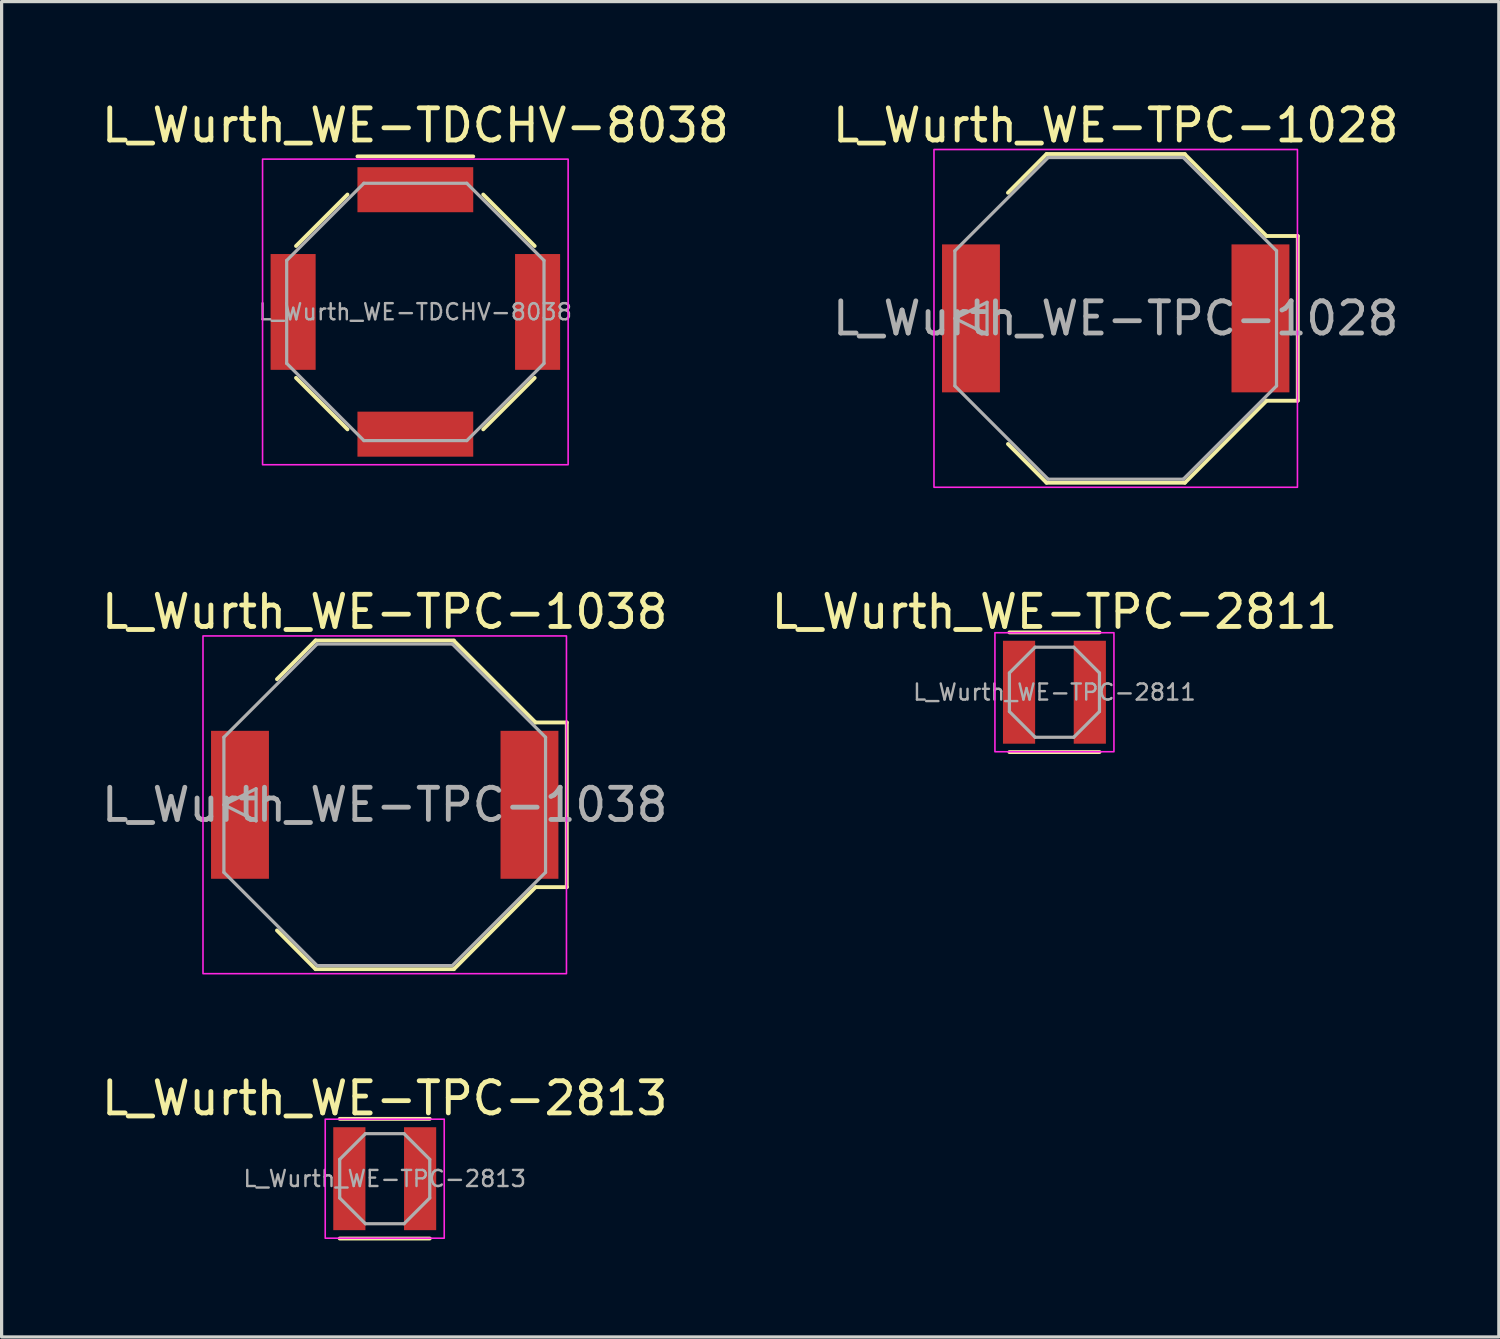
<source format=kicad_pcb>
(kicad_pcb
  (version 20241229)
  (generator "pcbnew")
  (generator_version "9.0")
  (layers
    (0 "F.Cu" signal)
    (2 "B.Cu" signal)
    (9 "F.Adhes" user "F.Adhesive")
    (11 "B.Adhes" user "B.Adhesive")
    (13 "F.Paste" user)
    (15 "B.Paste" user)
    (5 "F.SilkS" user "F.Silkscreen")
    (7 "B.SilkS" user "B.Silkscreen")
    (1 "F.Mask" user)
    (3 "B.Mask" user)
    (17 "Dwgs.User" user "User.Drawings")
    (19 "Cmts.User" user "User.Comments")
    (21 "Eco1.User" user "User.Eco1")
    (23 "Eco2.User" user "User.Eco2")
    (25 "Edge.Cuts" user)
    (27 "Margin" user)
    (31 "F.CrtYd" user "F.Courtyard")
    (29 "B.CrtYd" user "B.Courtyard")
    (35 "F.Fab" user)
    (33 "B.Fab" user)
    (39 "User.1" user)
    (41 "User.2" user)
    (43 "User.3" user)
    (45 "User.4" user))
  (footprint "L_Wurth_WE-TPC-2813"
    (layer "F.Cu")
    (at 8.911 33.595)
    (property "Reference" "L_Wurth_WE-TPC-2813" (at 0 -2.5 0) (unlocked yes) (layer "F.SilkS") (effects (font (size 1 1) (thickness 0.15))))
    (attr smd)
    (fp_line (start -1.4 -1.86) (end 1.4 -1.86) (stroke (width 0.12) (type solid)) (layer "F.SilkS"))
    (fp_line (start -1.4 1.86) (end 1.4 1.86) (stroke (width 0.12) (type solid)) (layer "F.SilkS"))
    (fp_rect (start -1.85 -1.85) (end 1.85 1.85) (stroke (width 0.05) (type solid)) (fill no) (layer "F.CrtYd"))
    (fp_line (start -1.4 -0.6) (end -1.4 0.6) (stroke (width 0.1) (type solid)) (layer "F.Fab"))
    (fp_line (start -1.4 0.6) (end -0.6 1.4) (stroke (width 0.1) (type solid)) (layer "F.Fab"))
    (fp_line (start -0.6 -1.4) (end -1.4 -0.6) (stroke (width 0.1) (type solid)) (layer "F.Fab"))
    (fp_line (start -0.6 -1.4) (end 0.6 -1.4) (stroke (width 0.1) (type solid)) (layer "F.Fab"))
    (fp_line (start -0.6 1.4) (end 0.6 1.4) (stroke (width 0.1) (type solid)) (layer "F.Fab"))
    (fp_line (start 0.6 -1.4) (end 1.4 -0.6) (stroke (width 0.1) (type solid)) (layer "F.Fab"))
    (fp_line (start 0.6 1.4) (end 1.4 0.6) (stroke (width 0.1) (type solid)) (layer "F.Fab"))
    (fp_line (start 1.4 -0.6) (end 1.4 0.6) (stroke (width 0.1) (type solid)) (layer "F.Fab"))
    (fp_text user "${REFERENCE}" (at 0 0 0) (unlocked yes) (layer "F.Fab") (effects (font (size 0.5 0.5) (thickness 0.075))))
    (pad "1" smd rect (at -1.1 0) (size 1 3.2) (layers "F.Cu" "F.Mask" "F.Paste"))
    (pad "2" smd rect (at 1.1 0) (size 1 3.2) (layers "F.Cu" "F.Mask" "F.Paste")))
  (footprint "L_Wurth_WE-TPC-1028"
    (layer "F.Cu")
    (at 31.637 6.848)
    (property "Reference" "L_Wurth_WE-TPC-1028" (at 0 -6 0) (unlocked yes) (layer "F.SilkS") (effects (font (size 1 1) (thickness 0.15))))
    (attr smd)
    (fp_line (start -2.15 -5.11) (end -3.35 -3.905) (stroke (width 0.12) (type default)) (layer "F.SilkS"))
    (fp_line (start -2.15 -5.11) (end 2.15 -5.11) (stroke (width 0.12) (type solid)) (layer "F.SilkS"))
    (fp_line (start -2.15 5.11) (end -3.35 3.905) (stroke (width 0.12) (type solid)) (layer "F.SilkS"))
    (fp_line (start -2.15 5.11) (end 2.15 5.11) (stroke (width 0.12) (type solid)) (layer "F.SilkS"))
    (fp_line (start 2.15 -5.1) (end 4.69 -2.56) (stroke (width 0.12) (type solid)) (layer "F.SilkS"))
    (fp_line (start 4.69 2.56) (end 2.15 5.11) (stroke (width 0.12) (type solid)) (layer "F.SilkS"))
    (fp_line (start 4.69 2.56) (end 5.66 2.56) (stroke (width 0.12) (type solid)) (layer "F.SilkS"))
    (fp_line (start 5.66 -2.56) (end 4.69 -2.56) (stroke (width 0.12) (type solid)) (layer "F.SilkS"))
    (fp_line (start 5.66 -2.56) (end 5.66 2.56) (stroke (width 0.12) (type solid)) (layer "F.SilkS"))
    (fp_rect (start -5.65 -5.25) (end 5.65 5.25) (stroke (width 0.05) (type solid)) (fill no) (layer "F.CrtYd"))
    (fp_line (start -5 -2.1) (end -2.1 -5) (stroke (width 0.1) (type solid)) (layer "F.Fab"))
    (fp_line (start -5 0) (end -4 -0.5) (stroke (width 0.1) (type solid)) (layer "F.Fab"))
    (fp_line (start -5 2.1) (end -5 -2.1) (stroke (width 0.1) (type solid)) (layer "F.Fab"))
    (fp_line (start -5 2.1) (end -2.1 5) (stroke (width 0.1) (type solid)) (layer "F.Fab"))
    (fp_line (start -4 -0.5) (end -4 0.5) (stroke (width 0.1) (type solid)) (layer "F.Fab"))
    (fp_line (start -4 0.5) (end -5 0) (stroke (width 0.1) (type solid)) (layer "F.Fab"))
    (fp_line (start -2.1 5) (end 2.1 5) (stroke (width 0.1) (type solid)) (layer "F.Fab"))
    (fp_line (start 2.1 -5) (end -2.1 -5) (stroke (width 0.1) (type solid)) (layer "F.Fab"))
    (fp_line (start 2.1 5) (end 5 2.1) (stroke (width 0.1) (type solid)) (layer "F.Fab"))
    (fp_line (start 5 -2.1) (end 2.1 -5) (stroke (width 0.1) (type solid)) (layer "F.Fab"))
    (fp_line (start 5 2.1) (end 5 -2.1) (stroke (width 0.1) (type solid)) (layer "F.Fab"))
    (fp_text user "${REFERENCE}" (at 0 0 0) (unlocked yes) (layer "F.Fab") (effects (font (size 1 1) (thickness 0.15))))
    (pad "1" smd rect (at -4.5 0) (size 1.8 4.6) (layers "F.Cu" "F.Mask" "F.Paste"))
    (pad "2" smd rect (at 4.5 0) (size 1.8 4.6) (layers "F.Cu" "F.Mask" "F.Paste")))
  (footprint "L_Wurth_WE-TDCHV-8038"
    (layer "F.Cu")
    (at 9.863 6.648)
    (property "Reference" "L_Wurth_WE-TDCHV-8038" (at 0 -5.8 0) (unlocked yes) (layer "F.SilkS") (effects (font (size 1 1) (thickness 0.15))))
    (attr smd)
    (fp_line (start -3.71 -2.05) (end -2.11 -3.65) (stroke (width 0.12) (type default)) (layer "F.SilkS"))
    (fp_line (start -3.71 2.05) (end -2.11 3.65) (stroke (width 0.12) (type default)) (layer "F.SilkS"))
    (fp_line (start -1.8 -4.835) (end 1.8 -4.835) (stroke (width 0.12) (type default)) (layer "F.SilkS"))
    (fp_line (start 2.11 3.65) (end 3.71 2.05) (stroke (width 0.12) (type default)) (layer "F.SilkS"))
    (fp_line (start 3.71 -2.05) (end 2.11 -3.65) (stroke (width 0.12) (type default)) (layer "F.SilkS"))
    (fp_rect (start -4.75 -4.75) (end 4.75 4.75) (stroke (width 0.05) (type solid)) (fill no) (layer "F.CrtYd"))
    (fp_line (start -4 -1.6) (end -4 1.6) (stroke (width 0.1) (type solid)) (layer "F.Fab"))
    (fp_line (start -1.6 -4) (end -4 -1.6) (stroke (width 0.1) (type solid)) (layer "F.Fab"))
    (fp_line (start -1.6 4) (end -4 1.6) (stroke (width 0.1) (type solid)) (layer "F.Fab"))
    (fp_line (start -1.6 4) (end 1.6 4) (stroke (width 0.1) (type solid)) (layer "F.Fab"))
    (fp_line (start 1.6 -4) (end -1.6 -4) (stroke (width 0.1) (type solid)) (layer "F.Fab"))
    (fp_line (start 1.6 -4) (end 4 -1.6) (stroke (width 0.1) (type solid)) (layer "F.Fab"))
    (fp_line (start 1.6 4) (end 4 1.6) (stroke (width 0.1) (type solid)) (layer "F.Fab"))
    (fp_line (start 4 1.6) (end 4 -1.6) (stroke (width 0.1) (type solid)) (layer "F.Fab"))
    (fp_text user "${REFERENCE}" (at 0 0 0) (unlocked yes) (layer "F.Fab") (effects (font (size 0.5 0.5) (thickness 0.075))))
    (pad "1" smd rect (at 0 -3.8) (size 3.6 1.4) (layers "F.Cu" "F.Mask" "F.Paste"))
    (pad "2" smd rect (at -3.8 0) (size 1.4 3.6) (layers "F.Cu" "F.Mask" "F.Paste"))
    (pad "3" smd rect (at 0 3.8) (size 3.6 1.4) (layers "F.Cu" "F.Mask" "F.Paste"))
    (pad "4" smd rect (at 3.8 0) (size 1.4 3.6) (layers "F.Cu" "F.Mask" "F.Paste")))
  (footprint "L_Wurth_WE-TPC-1038"
    (layer "F.Cu")
    (at 8.911 21.971)
    (property "Reference" "L_Wurth_WE-TPC-1038" (at 0 -6 0) (unlocked yes) (layer "F.SilkS") (effects (font (size 1 1) (thickness 0.15))))
    (attr smd)
    (fp_line (start -2.15 -5.11) (end -3.35 -3.905) (stroke (width 0.12) (type default)) (layer "F.SilkS"))
    (fp_line (start -2.15 -5.11) (end 2.15 -5.11) (stroke (width 0.12) (type solid)) (layer "F.SilkS"))
    (fp_line (start -2.15 5.11) (end -3.35 3.905) (stroke (width 0.12) (type solid)) (layer "F.SilkS"))
    (fp_line (start -2.15 5.11) (end 2.15 5.11) (stroke (width 0.12) (type solid)) (layer "F.SilkS"))
    (fp_line (start 2.15 -5.1) (end 4.69 -2.56) (stroke (width 0.12) (type solid)) (layer "F.SilkS"))
    (fp_line (start 4.69 2.56) (end 2.15 5.11) (stroke (width 0.12) (type solid)) (layer "F.SilkS"))
    (fp_line (start 4.69 2.56) (end 5.66 2.56) (stroke (width 0.12) (type solid)) (layer "F.SilkS"))
    (fp_line (start 5.66 -2.56) (end 4.69 -2.56) (stroke (width 0.12) (type solid)) (layer "F.SilkS"))
    (fp_line (start 5.66 -2.56) (end 5.66 2.56) (stroke (width 0.12) (type solid)) (layer "F.SilkS"))
    (fp_rect (start -5.65 -5.25) (end 5.65 5.25) (stroke (width 0.05) (type solid)) (fill no) (layer "F.CrtYd"))
    (fp_line (start -5 -2.1) (end -2.1 -5) (stroke (width 0.1) (type solid)) (layer "F.Fab"))
    (fp_line (start -5 0) (end -4 -0.5) (stroke (width 0.1) (type solid)) (layer "F.Fab"))
    (fp_line (start -5 2.1) (end -5 -2.1) (stroke (width 0.1) (type solid)) (layer "F.Fab"))
    (fp_line (start -5 2.1) (end -2.1 5) (stroke (width 0.1) (type solid)) (layer "F.Fab"))
    (fp_line (start -4 -0.5) (end -4 0.5) (stroke (width 0.1) (type solid)) (layer "F.Fab"))
    (fp_line (start -4 0.5) (end -5 0) (stroke (width 0.1) (type solid)) (layer "F.Fab"))
    (fp_line (start -2.1 5) (end 2.1 5) (stroke (width 0.1) (type solid)) (layer "F.Fab"))
    (fp_line (start 2.1 -5) (end -2.1 -5) (stroke (width 0.1) (type solid)) (layer "F.Fab"))
    (fp_line (start 2.1 5) (end 5 2.1) (stroke (width 0.1) (type solid)) (layer "F.Fab"))
    (fp_line (start 5 -2.1) (end 2.1 -5) (stroke (width 0.1) (type solid)) (layer "F.Fab"))
    (fp_line (start 5 2.1) (end 5 -2.1) (stroke (width 0.1) (type solid)) (layer "F.Fab"))
    (fp_text user "${REFERENCE}" (at 0 0 0) (unlocked yes) (layer "F.Fab") (effects (font (size 1 1) (thickness 0.15))))
    (pad "1" smd rect (at -4.5 0) (size 1.8 4.6) (layers "F.Cu" "F.Mask" "F.Paste"))
    (pad "2" smd rect (at 4.5 0) (size 1.8 4.6) (layers "F.Cu" "F.Mask" "F.Paste")))
  (footprint "L_Wurth_WE-TPC-2811"
    (layer "F.Cu")
    (at 29.732 18.471)
    (property "Reference" "L_Wurth_WE-TPC-2811" (at 0 -2.5 0) (unlocked yes) (layer "F.SilkS") (effects (font (size 1 1) (thickness 0.15))))
    (attr smd)
    (fp_line (start -1.4 -1.86) (end 1.4 -1.86) (stroke (width 0.12) (type solid)) (layer "F.SilkS"))
    (fp_line (start -1.4 1.86) (end 1.4 1.86) (stroke (width 0.12) (type solid)) (layer "F.SilkS"))
    (fp_rect (start -1.85 -1.85) (end 1.85 1.85) (stroke (width 0.05) (type solid)) (fill no) (layer "F.CrtYd"))
    (fp_line (start -1.4 -0.6) (end -1.4 0.6) (stroke (width 0.1) (type solid)) (layer "F.Fab"))
    (fp_line (start -1.4 0.6) (end -0.6 1.4) (stroke (width 0.1) (type solid)) (layer "F.Fab"))
    (fp_line (start -0.6 -1.4) (end -1.4 -0.6) (stroke (width 0.1) (type solid)) (layer "F.Fab"))
    (fp_line (start -0.6 -1.4) (end 0.6 -1.4) (stroke (width 0.1) (type solid)) (layer "F.Fab"))
    (fp_line (start -0.6 1.4) (end 0.6 1.4) (stroke (width 0.1) (type solid)) (layer "F.Fab"))
    (fp_line (start 0.6 -1.4) (end 1.4 -0.6) (stroke (width 0.1) (type solid)) (layer "F.Fab"))
    (fp_line (start 0.6 1.4) (end 1.4 0.6) (stroke (width 0.1) (type solid)) (layer "F.Fab"))
    (fp_line (start 1.4 -0.6) (end 1.4 0.6) (stroke (width 0.1) (type solid)) (layer "F.Fab"))
    (fp_text user "${REFERENCE}" (at 0 0 0) (unlocked yes) (layer "F.Fab") (effects (font (size 0.5 0.5) (thickness 0.075))))
    (pad "1" smd rect (at -1.1 0) (size 1 3.2) (layers "F.Cu" "F.Mask" "F.Paste"))
    (pad "2" smd rect (at 1.1 0) (size 1 3.2) (layers "F.Cu" "F.Mask" "F.Paste")))
  (gr_rect
    (start -3 -3)
    (end 43.548 38.515)
    (stroke (width 0.1) (type default))
    (fill no)
    (layer "Edge.Cuts")))
</source>
